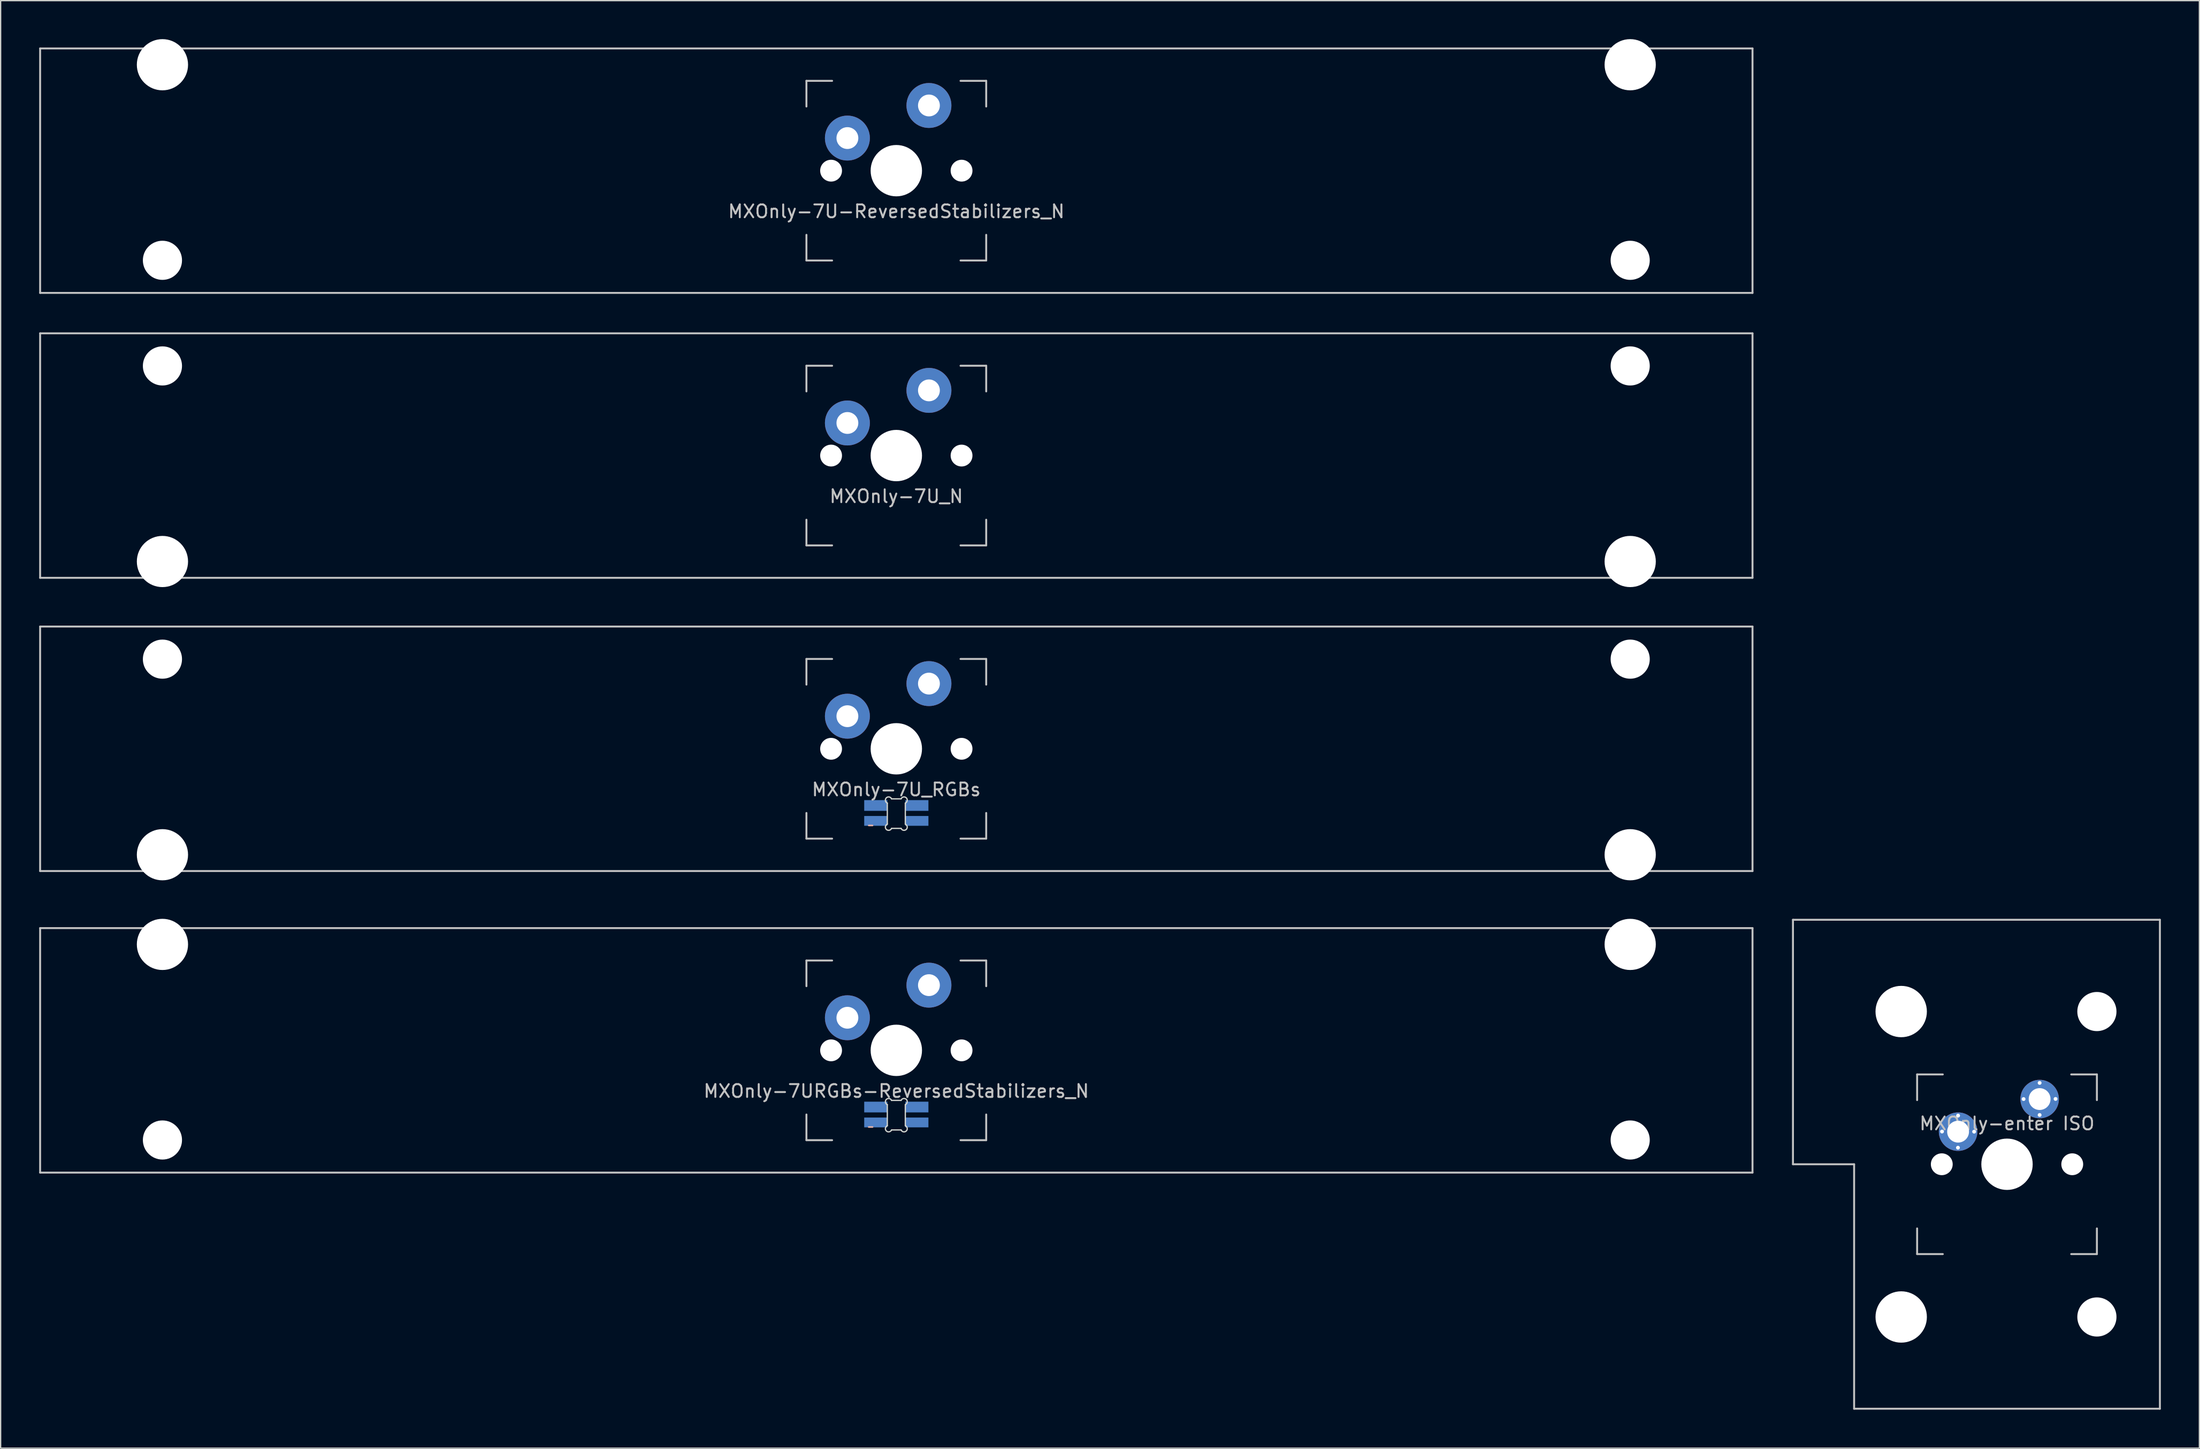
<source format=kicad_pcb>
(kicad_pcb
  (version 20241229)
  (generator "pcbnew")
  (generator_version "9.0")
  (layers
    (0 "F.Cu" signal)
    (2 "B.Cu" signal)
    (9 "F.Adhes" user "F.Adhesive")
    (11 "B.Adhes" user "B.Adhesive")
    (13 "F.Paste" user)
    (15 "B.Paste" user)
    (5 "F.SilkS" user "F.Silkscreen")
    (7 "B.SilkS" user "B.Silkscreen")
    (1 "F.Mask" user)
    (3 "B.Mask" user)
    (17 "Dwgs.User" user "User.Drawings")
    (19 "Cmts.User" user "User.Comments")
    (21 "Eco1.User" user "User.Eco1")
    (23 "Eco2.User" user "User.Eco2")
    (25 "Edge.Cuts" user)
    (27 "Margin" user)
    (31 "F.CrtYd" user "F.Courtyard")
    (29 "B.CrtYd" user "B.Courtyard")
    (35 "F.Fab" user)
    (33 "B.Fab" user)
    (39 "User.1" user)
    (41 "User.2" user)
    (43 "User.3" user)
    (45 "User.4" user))
  (footprint "MXOnly-enter ISO"
    (layer "F.Cu")
    (at 153.244 87.672)
    (property "Reference" "MXOnly-enter ISO" (at 0 -3.175 180) (layer "Dwgs.User") (effects (font (size 1 1) (thickness 0.15))))
    (attr through_hole)
    (fp_line (start -16.669 -19.05) (end 11.906 -19.05) (stroke (width 0.15) (type solid)) (layer "Dwgs.User"))
    (fp_line (start -16.669 0) (end -16.669 -19.05) (stroke (width 0.15) (type solid)) (layer "Dwgs.User"))
    (fp_line (start -11.906 0) (end -16.669 0) (stroke (width 0.15) (type solid)) (layer "Dwgs.User"))
    (fp_line (start -11.906 19.05) (end -11.906 0) (stroke (width 0.15) (type solid)) (layer "Dwgs.User"))
    (fp_line (start -7 -7) (end -7 -5) (stroke (width 0.15) (type solid)) (layer "Dwgs.User"))
    (fp_line (start -7 5) (end -7 7) (stroke (width 0.15) (type solid)) (layer "Dwgs.User"))
    (fp_line (start -7 7) (end -5 7) (stroke (width 0.15) (type solid)) (layer "Dwgs.User"))
    (fp_line (start -5 -7) (end -7 -7) (stroke (width 0.15) (type solid)) (layer "Dwgs.User"))
    (fp_line (start 5 -7) (end 7 -7) (stroke (width 0.15) (type solid)) (layer "Dwgs.User"))
    (fp_line (start 5 7) (end 7 7) (stroke (width 0.15) (type solid)) (layer "Dwgs.User"))
    (fp_line (start 7 -7) (end 7 -5) (stroke (width 0.15) (type solid)) (layer "Dwgs.User"))
    (fp_line (start 7 5) (end 7 7) (stroke (width 0.15) (type solid)) (layer "Dwgs.User"))
    (fp_line (start 11.906 -19.05) (end 11.906 19.05) (stroke (width 0.15) (type solid)) (layer "Dwgs.User"))
    (fp_line (start 11.906 19.05) (end -11.906 19.05) (stroke (width 0.15) (type solid)) (layer "Dwgs.User"))
    (pad "" np_thru_hole circle (at -8.24 -11.9 180) (size 4 4) (drill 4) (layers "*.Cu" "*.Mask"))
    (pad "" np_thru_hole circle (at -8.24 11.9 180) (size 4 4) (drill 4) (layers "*.Cu" "*.Mask"))
    (pad "" np_thru_hole circle (at -5.08 0 48.099) (size 1.7 1.7) (drill 1.7) (layers "*.Cu" "*.Mask"))
    (pad "" np_thru_hole circle (at 0 0) (size 4 4) (drill 4) (layers "*.Cu" "*.Mask"))
    (pad "" np_thru_hole circle (at 5.08 0 48.099) (size 1.7 1.7) (drill 1.7) (layers "*.Cu" "*.Mask"))
    (pad "" np_thru_hole circle (at 7 -11.9 180) (size 3.05 3.05) (drill 3.05) (layers "*.Cu" "*.Mask"))
    (pad "" np_thru_hole circle (at 7 11.9 180) (size 3.05 3.05) (drill 3.05) (layers "*.Cu" "*.Mask"))
    (pad "1" thru_hole circle (at -5.06 -2.55 180) (size 0.4 0.4) (drill 0.3) (layers "*.Cu" "B.Mask"))
    (pad "1" thru_hole circle (at -3.82 -1.29 180) (size 0.4 0.4) (drill 0.3) (layers "*.Cu" "B.Mask"))
    (pad "1" thru_hole circle (at -3.81 -3.79 180) (size 0.4 0.4) (drill 0.3) (layers "*.Cu" "B.Mask"))
    (pad "1" thru_hole circle (at -3.81 -2.54) (size 3 3) (drill 1.7) (layers "*.Cu" "B.Mask"))
    (pad "1" thru_hole circle (at -2.56 -2.54 180) (size 0.4 0.4) (drill 0.3) (layers "*.Cu" "B.Mask"))
    (pad "2" thru_hole circle (at 1.29 -5.08 180) (size 0.4 0.4) (drill 0.3) (layers "*.Cu" "B.Mask"))
    (pad "2" thru_hole circle (at 2.54 -6.34 180) (size 0.4 0.4) (drill 0.3) (layers "*.Cu" "B.Mask"))
    (pad "2" thru_hole circle (at 2.54 -5.08) (size 3 3) (drill 1.7) (layers "*.Cu" "B.Mask"))
    (pad "2" thru_hole circle (at 2.54 -3.84 180) (size 0.4 0.4) (drill 0.3) (layers "*.Cu" "B.Mask"))
    (pad "2" thru_hole circle (at 3.78 -5.09 180) (size 0.4 0.4) (drill 0.3) (layers "*.Cu" "B.Mask")))
  (footprint "MXOnly-7U_N"
    (layer "F.Cu")
    (at 66.75 32.449)
    (property "Reference" "MXOnly-7U_N" (at 0 3.175 0) (layer "Dwgs.User") (effects (font (size 1 1) (thickness 0.15))))
    (attr through_hole)
    (fp_line (start -66.675 -9.525) (end 66.675 -9.525) (stroke (width 0.15) (type solid)) (layer "Dwgs.User"))
    (fp_line (start -66.675 9.525) (end -66.675 -9.525) (stroke (width 0.15) (type solid)) (layer "Dwgs.User"))
    (fp_line (start -66.675 9.525) (end 66.675 9.525) (stroke (width 0.15) (type solid)) (layer "Dwgs.User"))
    (fp_line (start -7 -7) (end -7 -5) (stroke (width 0.15) (type solid)) (layer "Dwgs.User"))
    (fp_line (start -7 5) (end -7 7) (stroke (width 0.15) (type solid)) (layer "Dwgs.User"))
    (fp_line (start -7 7) (end -5 7) (stroke (width 0.15) (type solid)) (layer "Dwgs.User"))
    (fp_line (start -5 -7) (end -7 -7) (stroke (width 0.15) (type solid)) (layer "Dwgs.User"))
    (fp_line (start 5 -7) (end 7 -7) (stroke (width 0.15) (type solid)) (layer "Dwgs.User"))
    (fp_line (start 5 7) (end 7 7) (stroke (width 0.15) (type solid)) (layer "Dwgs.User"))
    (fp_line (start 7 -7) (end 7 -5) (stroke (width 0.15) (type solid)) (layer "Dwgs.User"))
    (fp_line (start 7 5) (end 7 7) (stroke (width 0.15) (type solid)) (layer "Dwgs.User"))
    (fp_line (start 66.675 -9.525) (end 66.675 9.525) (stroke (width 0.15) (type solid)) (layer "Dwgs.User"))
    (pad "" np_thru_hole circle (at -57.15 -6.985) (size 3.048 3.048) (drill 3.048) (layers "*.Cu" "*.Mask"))
    (pad "" np_thru_hole circle (at -57.15 8.255) (size 3.988 3.988) (drill 3.988) (layers "*.Cu" "*.Mask"))
    (pad "" np_thru_hole circle (at -5.08 0 48.099) (size 1.7 1.7) (drill 1.7) (layers "*.Cu" "*.Mask"))
    (pad "" smd circle (at -3.81 -2.55) (size 2.5 2.5) (layers "B.Mask"))
    (pad "" np_thru_hole circle (at 0 0) (size 4 4) (drill 4) (layers "*.Cu" "*.Mask"))
    (pad "" smd circle (at 2.54 -5.08) (size 2.5 2.5) (layers "B.Mask"))
    (pad "" np_thru_hole circle (at 5.08 0 48.099) (size 1.7 1.7) (drill 1.7) (layers "*.Cu" "*.Mask"))
    (pad "" np_thru_hole circle (at 57.15 -6.985) (size 3.048 3.048) (drill 3.048) (layers "*.Cu" "*.Mask"))
    (pad "" np_thru_hole circle (at 57.15 8.255) (size 3.988 3.988) (drill 3.988) (layers "*.Cu" "*.Mask"))
    (pad "1" thru_hole circle (at -3.81 -2.54) (size 3.5 3.5) (drill 1.7) (layers "*.Cu"))
    (pad "2" thru_hole circle (at 2.54 -5.08) (size 3.5 3.5) (drill 1.7) (layers "*.Cu")))
  (footprint "MXOnly-7U_RGBs"
    (layer "F.Cu")
    (at 66.75 55.298)
    (property "Reference" "MXOnly-7U_RGBs" (at 0 3.175 0) (layer "Dwgs.User") (effects (font (size 1 1) (thickness 0.15))))
    (attr through_hole)
    (fp_line (start -2.15 5.975) (end -1.85 5.975) (stroke (width 0.12) (type solid)) (layer "B.SilkS"))
    (fp_line (start -66.675 -9.525) (end 66.675 -9.525) (stroke (width 0.15) (type solid)) (layer "Dwgs.User"))
    (fp_line (start -66.675 9.525) (end -66.675 -9.525) (stroke (width 0.15) (type solid)) (layer "Dwgs.User"))
    (fp_line (start -66.675 9.525) (end 66.675 9.525) (stroke (width 0.15) (type solid)) (layer "Dwgs.User"))
    (fp_line (start -7 -7) (end -7 -5) (stroke (width 0.15) (type solid)) (layer "Dwgs.User"))
    (fp_line (start -7 5) (end -7 7) (stroke (width 0.15) (type solid)) (layer "Dwgs.User"))
    (fp_line (start -7 7) (end -5 7) (stroke (width 0.15) (type solid)) (layer "Dwgs.User"))
    (fp_line (start -5 -7) (end -7 -7) (stroke (width 0.15) (type solid)) (layer "Dwgs.User"))
    (fp_line (start 5 -7) (end 7 -7) (stroke (width 0.15) (type solid)) (layer "Dwgs.User"))
    (fp_line (start 5 7) (end 7 7) (stroke (width 0.15) (type solid)) (layer "Dwgs.User"))
    (fp_line (start 7 -7) (end 7 -5) (stroke (width 0.15) (type solid)) (layer "Dwgs.User"))
    (fp_line (start 7 7) (end 7 5) (stroke (width 0.15) (type solid)) (layer "Dwgs.User"))
    (fp_line (start 66.675 -9.525) (end 66.675 9.525) (stroke (width 0.15) (type solid)) (layer "Dwgs.User"))
    (fp_line (start -0.701 5.873) (end -0.701 4.229) (stroke (width 0.1) (type solid)) (layer "Edge.Cuts"))
    (fp_line (start -0.372 3.9) (end 0.372 3.9) (stroke (width 0.1) (type solid)) (layer "Edge.Cuts"))
    (fp_line (start 0.372 6.202) (end -0.372 6.202) (stroke (width 0.1) (type solid)) (layer "Edge.Cuts"))
    (fp_line (start 0.701 4.229) (end 0.701 5.873) (stroke (width 0.1) (type solid)) (layer "Edge.Cuts"))
    (fp_arc (start -0.701007 4.229129) (mid -0.777791 3.823216) (end -0.371878 3.9) (stroke (width 0.1) (type solid)) (layer "Edge.Cuts"))
    (fp_arc (start -0.371878 6.202013) (mid -0.777748 6.278754) (end -0.701007 5.872884) (stroke (width 0.1) (type solid)) (layer "Edge.Cuts"))
    (fp_arc (start 0.371877 3.9) (mid 0.777804 3.823208) (end 0.701006 4.229129) (stroke (width 0.1) (type solid)) (layer "Edge.Cuts"))
    (fp_arc (start 0.701006 5.872884) (mid 0.777758 6.278765) (end 0.371877 6.202013) (stroke (width 0.1) (type solid)) (layer "Edge.Cuts"))
    (pad "" np_thru_hole circle (at -57.15 -6.985) (size 3.048 3.048) (drill 3.048) (layers "*.Cu" "*.Mask"))
    (pad "" np_thru_hole circle (at -57.15 8.255) (size 3.988 3.988) (drill 3.988) (layers "*.Cu" "*.Mask"))
    (pad "" np_thru_hole circle (at -5.08 0 48.099) (size 1.7 1.7) (drill 1.7) (layers "*.Cu" "*.Mask"))
    (pad "" smd circle (at -3.81 -2.55) (size 2.5 2.5) (layers "B.Mask"))
    (pad "" np_thru_hole circle (at 0 0) (size 4 4) (drill 4) (layers "*.Cu" "*.Mask"))
    (pad "" smd circle (at 2.54 -5.08) (size 2.5 2.5) (layers "B.Mask"))
    (pad "" np_thru_hole circle (at 5.08 0 48.099) (size 1.7 1.7) (drill 1.7) (layers "*.Cu" "*.Mask"))
    (pad "" np_thru_hole circle (at 57.15 -6.985) (size 3.048 3.048) (drill 3.048) (layers "*.Cu" "*.Mask"))
    (pad "" np_thru_hole circle (at 57.15 8.255) (size 3.988 3.988) (drill 3.988) (layers "*.Cu" "*.Mask"))
    (pad "1" thru_hole circle (at -3.81 -2.54) (size 3.5 3.5) (drill 1.7) (layers "*.Cu"))
    (pad "2" thru_hole circle (at 2.54 -5.08) (size 3.5 3.5) (drill 1.7) (layers "*.Cu"))
    (pad "3" smd rect (at 1.6 4.418) (size 1.8 0.836) (layers "B.Cu" "B.Mask" "B.Paste"))
    (pad "4" smd rect (at -1.6 4.418) (size 1.8 0.836) (layers "B.Cu" "B.Mask" "B.Paste"))
    (pad "5" smd rect (at 1.6 5.618) (size 1.8 0.764) (layers "B.Cu" "B.Mask" "B.Paste"))
    (pad "6" smd rect (at -1.6 5.618) (size 1.8 0.764) (layers "B.Cu" "B.Mask" "B.Paste")))
  (footprint "MXOnly-7URGBs-ReversedStabilizers_N"
    (layer "F.Cu")
    (at 66.75 78.796)
    (property "Reference" "MXOnly-7URGBs-ReversedStabilizers_N" (at 0 3.175 0) (layer "Dwgs.User") (effects (font (size 1 1) (thickness 0.15))))
    (attr through_hole)
    (fp_line (start -2.15 5.975) (end -1.85 5.975) (stroke (width 0.12) (type solid)) (layer "B.SilkS"))
    (fp_line (start -66.675 -9.525) (end 66.675 -9.525) (stroke (width 0.15) (type solid)) (layer "Dwgs.User"))
    (fp_line (start -66.675 9.525) (end -66.675 -9.525) (stroke (width 0.15) (type solid)) (layer "Dwgs.User"))
    (fp_line (start -66.675 9.525) (end 66.675 9.525) (stroke (width 0.15) (type solid)) (layer "Dwgs.User"))
    (fp_line (start -7 -7) (end -7 -5) (stroke (width 0.15) (type solid)) (layer "Dwgs.User"))
    (fp_line (start -7 5) (end -7 7) (stroke (width 0.15) (type solid)) (layer "Dwgs.User"))
    (fp_line (start -7 7) (end -5 7) (stroke (width 0.15) (type solid)) (layer "Dwgs.User"))
    (fp_line (start -5 -7) (end -7 -7) (stroke (width 0.15) (type solid)) (layer "Dwgs.User"))
    (fp_line (start 5 -7) (end 7 -7) (stroke (width 0.15) (type solid)) (layer "Dwgs.User"))
    (fp_line (start 5 7) (end 7 7) (stroke (width 0.15) (type solid)) (layer "Dwgs.User"))
    (fp_line (start 7 -7) (end 7 -5) (stroke (width 0.15) (type solid)) (layer "Dwgs.User"))
    (fp_line (start 7 7) (end 7 5) (stroke (width 0.15) (type solid)) (layer "Dwgs.User"))
    (fp_line (start 66.675 -9.525) (end 66.675 9.525) (stroke (width 0.15) (type solid)) (layer "Dwgs.User"))
    (fp_line (start -0.701 5.873) (end -0.701 4.229) (stroke (width 0.1) (type solid)) (layer "Edge.Cuts"))
    (fp_line (start -0.372 3.9) (end 0.372 3.9) (stroke (width 0.1) (type solid)) (layer "Edge.Cuts"))
    (fp_line (start 0.372 6.202) (end -0.372 6.202) (stroke (width 0.1) (type solid)) (layer "Edge.Cuts"))
    (fp_line (start 0.701 4.229) (end 0.701 5.873) (stroke (width 0.1) (type solid)) (layer "Edge.Cuts"))
    (fp_arc (start -0.701007 4.229129) (mid -0.777791 3.823216) (end -0.371878 3.9) (stroke (width 0.1) (type solid)) (layer "Edge.Cuts"))
    (fp_arc (start -0.371878 6.202013) (mid -0.777748 6.278754) (end -0.701007 5.872884) (stroke (width 0.1) (type solid)) (layer "Edge.Cuts"))
    (fp_arc (start 0.371877 3.9) (mid 0.777804 3.823208) (end 0.701006 4.229129) (stroke (width 0.1) (type solid)) (layer "Edge.Cuts"))
    (fp_arc (start 0.701006 5.872884) (mid 0.777758 6.278765) (end 0.371877 6.202013) (stroke (width 0.1) (type solid)) (layer "Edge.Cuts"))
    (pad "" np_thru_hole circle (at -57.15 -8.255) (size 3.988 3.988) (drill 3.988) (layers "*.Cu" "*.Mask"))
    (pad "" np_thru_hole circle (at -57.15 6.985) (size 3.048 3.048) (drill 3.048) (layers "*.Cu" "*.Mask"))
    (pad "" np_thru_hole circle (at -5.08 0 48.099) (size 1.7 1.7) (drill 1.7) (layers "*.Cu" "*.Mask"))
    (pad "" smd circle (at -3.81 -2.55) (size 2.5 2.5) (layers "B.Mask"))
    (pad "" np_thru_hole circle (at 0 0) (size 4 4) (drill 4) (layers "*.Cu" "*.Mask"))
    (pad "" smd circle (at 2.54 -5.08) (size 2.5 2.5) (layers "B.Mask"))
    (pad "" np_thru_hole circle (at 5.08 0 48.099) (size 1.7 1.7) (drill 1.7) (layers "*.Cu" "*.Mask"))
    (pad "" np_thru_hole circle (at 57.15 -8.255) (size 3.988 3.988) (drill 3.988) (layers "*.Cu" "*.Mask"))
    (pad "" np_thru_hole circle (at 57.15 6.985) (size 3.048 3.048) (drill 3.048) (layers "*.Cu" "*.Mask"))
    (pad "1" thru_hole circle (at -3.81 -2.54) (size 3.5 3.5) (drill 1.7) (layers "*.Cu"))
    (pad "2" thru_hole circle (at 2.54 -5.08) (size 3.5 3.5) (drill 1.7) (layers "*.Cu"))
    (pad "3" smd rect (at 1.6 4.418) (size 1.8 0.836) (layers "B.Cu" "B.Mask" "B.Paste"))
    (pad "4" smd rect (at -1.6 4.418) (size 1.8 0.836) (layers "B.Cu" "B.Mask" "B.Paste"))
    (pad "5" smd rect (at 1.6 5.618) (size 1.8 0.764) (layers "B.Cu" "B.Mask" "B.Paste"))
    (pad "6" smd rect (at -1.6 5.618) (size 1.8 0.764) (layers "B.Cu" "B.Mask" "B.Paste")))
  (footprint "MXOnly-7U-ReversedStabilizers_N"
    (layer "F.Cu")
    (at 66.75 10.249)
    (property "Reference" "MXOnly-7U-ReversedStabilizers_N" (at 0 3.175 0) (layer "Dwgs.User") (effects (font (size 1 1) (thickness 0.15))))
    (attr through_hole)
    (fp_line (start -66.675 -9.525) (end 66.675 -9.525) (stroke (width 0.15) (type solid)) (layer "Dwgs.User"))
    (fp_line (start -66.675 9.525) (end -66.675 -9.525) (stroke (width 0.15) (type solid)) (layer "Dwgs.User"))
    (fp_line (start -66.675 9.525) (end 66.675 9.525) (stroke (width 0.15) (type solid)) (layer "Dwgs.User"))
    (fp_line (start -7 -7) (end -7 -5) (stroke (width 0.15) (type solid)) (layer "Dwgs.User"))
    (fp_line (start -7 5) (end -7 7) (stroke (width 0.15) (type solid)) (layer "Dwgs.User"))
    (fp_line (start -7 7) (end -5 7) (stroke (width 0.15) (type solid)) (layer "Dwgs.User"))
    (fp_line (start -5 -7) (end -7 -7) (stroke (width 0.15) (type solid)) (layer "Dwgs.User"))
    (fp_line (start 5 -7) (end 7 -7) (stroke (width 0.15) (type solid)) (layer "Dwgs.User"))
    (fp_line (start 5 7) (end 7 7) (stroke (width 0.15) (type solid)) (layer "Dwgs.User"))
    (fp_line (start 7 -7) (end 7 -5) (stroke (width 0.15) (type solid)) (layer "Dwgs.User"))
    (fp_line (start 7 5) (end 7 7) (stroke (width 0.15) (type solid)) (layer "Dwgs.User"))
    (fp_line (start 66.675 -9.525) (end 66.675 9.525) (stroke (width 0.15) (type solid)) (layer "Dwgs.User"))
    (pad "" np_thru_hole circle (at -57.15 -8.255) (size 3.988 3.988) (drill 3.988) (layers "*.Cu" "*.Mask"))
    (pad "" np_thru_hole circle (at -57.15 6.985) (size 3.048 3.048) (drill 3.048) (layers "*.Cu" "*.Mask"))
    (pad "" np_thru_hole circle (at -5.08 0 48.099) (size 1.7 1.7) (drill 1.7) (layers "*.Cu" "*.Mask"))
    (pad "" smd circle (at -3.81 -2.55) (size 2.5 2.5) (layers "B.Mask"))
    (pad "" np_thru_hole circle (at 0 0) (size 4 4) (drill 4) (layers "*.Cu" "*.Mask"))
    (pad "" smd circle (at 2.54 -5.08) (size 2.5 2.5) (layers "B.Mask"))
    (pad "" np_thru_hole circle (at 5.08 0 48.099) (size 1.7 1.7) (drill 1.7) (layers "*.Cu" "*.Mask"))
    (pad "" np_thru_hole circle (at 57.15 -8.255) (size 3.988 3.988) (drill 3.988) (layers "*.Cu" "*.Mask"))
    (pad "" np_thru_hole circle (at 57.15 6.985) (size 3.048 3.048) (drill 3.048) (layers "*.Cu" "*.Mask"))
    (pad "1" thru_hole circle (at -3.81 -2.54) (size 3.5 3.5) (drill 1.7) (layers "*.Cu"))
    (pad "2" thru_hole circle (at 2.54 -5.08) (size 3.5 3.5) (drill 1.7) (layers "*.Cu")))
  (gr_rect
    (start -3 -3)
    (end 168.225 109.797)
    (stroke (width 0.1) (type default))
    (fill no)
    (layer "Edge.Cuts")))
</source>
